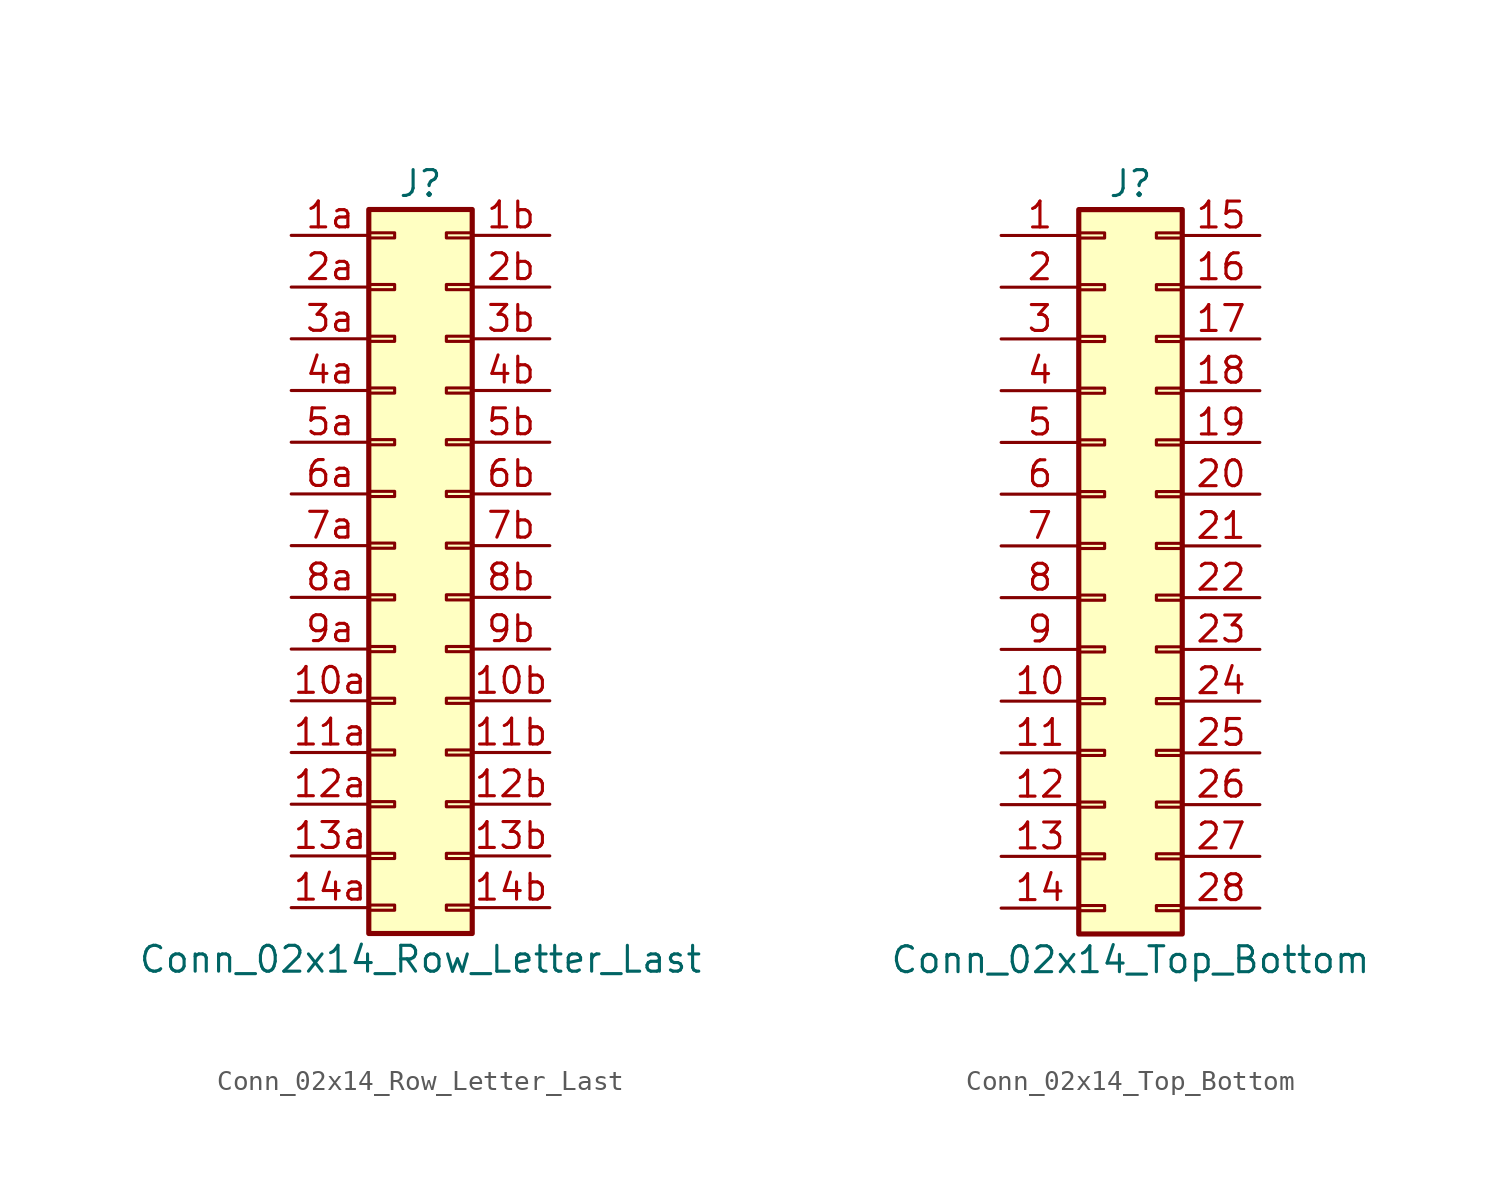
<source format=kicad_sym>
(kicad_symbol_lib
  (version 20201005)
  (generator kicad_symbol_editor)
  (symbol "Conn_02x14_Row_Letter_Last"
    (pin_names
      (offset 1.016) hide)
    (property "Reference" "J"
      (at 1.27 17.78 0)
      (effects (font (size 1.27 1.27))))
    (property "Value" "Conn_02x14_Row_Letter_Last"
      (at 1.27 -20.32 0)
      (effects (font (size 1.27 1.27))))
    (symbol "Conn_02x14_Row_Letter_Last_1_1"
      (rectangle (start -1.27 -17.653) (end 0 -17.907) (stroke (width 0.152)) (fill (type none)))
      (rectangle (start -1.27 -15.113) (end 0 -15.367) (stroke (width 0.152)) (fill (type none)))
      (rectangle (start -1.27 -12.573) (end 0 -12.827) (stroke (width 0.152)) (fill (type none)))
      (rectangle (start -1.27 -10.033) (end 0 -10.287) (stroke (width 0.152)) (fill (type none)))
      (rectangle (start -1.27 -7.493) (end 0 -7.747) (stroke (width 0.152)) (fill (type none)))
      (rectangle (start -1.27 -4.953) (end 0 -5.207) (stroke (width 0.152)) (fill (type none)))
      (rectangle (start -1.27 -2.413) (end 0 -2.667) (stroke (width 0.152)) (fill (type none)))
      (rectangle (start -1.27 0.127) (end 0 -0.127) (stroke (width 0.152)) (fill (type none)))
      (rectangle (start -1.27 2.667) (end 0 2.413) (stroke (width 0.152)) (fill (type none)))
      (rectangle (start -1.27 5.207) (end 0 4.953) (stroke (width 0.152)) (fill (type none)))
      (rectangle (start -1.27 7.747) (end 0 7.493) (stroke (width 0.152)) (fill (type none)))
      (rectangle (start -1.27 10.287) (end 0 10.033) (stroke (width 0.152)) (fill (type none)))
      (rectangle (start -1.27 12.827) (end 0 12.573) (stroke (width 0.152)) (fill (type none)))
      (rectangle (start -1.27 15.367) (end 0 15.113) (stroke (width 0.152)) (fill (type none)))
      (rectangle (start -1.27 16.51) (end 3.81 -19.05) (stroke (width 0.254)) (fill (type background)))
      (rectangle (start 3.81 -17.653) (end 2.54 -17.907) (stroke (width 0.152)) (fill (type none)))
      (rectangle (start 3.81 -15.113) (end 2.54 -15.367) (stroke (width 0.152)) (fill (type none)))
      (rectangle (start 3.81 -12.573) (end 2.54 -12.827) (stroke (width 0.152)) (fill (type none)))
      (rectangle (start 3.81 -10.033) (end 2.54 -10.287) (stroke (width 0.152)) (fill (type none)))
      (rectangle (start 3.81 -7.493) (end 2.54 -7.747) (stroke (width 0.152)) (fill (type none)))
      (rectangle (start 3.81 -4.953) (end 2.54 -5.207) (stroke (width 0.152)) (fill (type none)))
      (rectangle (start 3.81 -2.413) (end 2.54 -2.667) (stroke (width 0.152)) (fill (type none)))
      (rectangle (start 3.81 0.127) (end 2.54 -0.127) (stroke (width 0.152)) (fill (type none)))
      (rectangle (start 3.81 2.667) (end 2.54 2.413) (stroke (width 0.152)) (fill (type none)))
      (rectangle (start 3.81 5.207) (end 2.54 4.953) (stroke (width 0.152)) (fill (type none)))
      (rectangle (start 3.81 7.747) (end 2.54 7.493) (stroke (width 0.152)) (fill (type none)))
      (rectangle (start 3.81 10.287) (end 2.54 10.033) (stroke (width 0.152)) (fill (type none)))
      (rectangle (start 3.81 12.827) (end 2.54 12.573) (stroke (width 0.152)) (fill (type none)))
      (rectangle (start 3.81 15.367) (end 2.54 15.113) (stroke (width 0.152)) (fill (type none)))
      (pin passive line (at -5.08 -7.62 0) (length 3.81) (name "Pin_10a" (effects (font (size 1.27 1.27)))) (number "10a" (effects (font (size 1.27 1.27)))))
      (pin passive line (at 7.62 -7.62 180) (length 3.81) (name "Pin_10b" (effects (font (size 1.27 1.27)))) (number "10b" (effects (font (size 1.27 1.27)))))
      (pin passive line (at -5.08 -10.16 0) (length 3.81) (name "Pin_11a" (effects (font (size 1.27 1.27)))) (number "11a" (effects (font (size 1.27 1.27)))))
      (pin passive line (at 7.62 -10.16 180) (length 3.81) (name "Pin_11b" (effects (font (size 1.27 1.27)))) (number "11b" (effects (font (size 1.27 1.27)))))
      (pin passive line (at -5.08 -12.7 0) (length 3.81) (name "Pin_12a" (effects (font (size 1.27 1.27)))) (number "12a" (effects (font (size 1.27 1.27)))))
      (pin passive line (at 7.62 -12.7 180) (length 3.81) (name "Pin_12b" (effects (font (size 1.27 1.27)))) (number "12b" (effects (font (size 1.27 1.27)))))
      (pin passive line (at -5.08 -15.24 0) (length 3.81) (name "Pin_13a" (effects (font (size 1.27 1.27)))) (number "13a" (effects (font (size 1.27 1.27)))))
      (pin passive line (at 7.62 -15.24 180) (length 3.81) (name "Pin_13b" (effects (font (size 1.27 1.27)))) (number "13b" (effects (font (size 1.27 1.27)))))
      (pin passive line (at -5.08 -17.78 0) (length 3.81) (name "Pin_14a" (effects (font (size 1.27 1.27)))) (number "14a" (effects (font (size 1.27 1.27)))))
      (pin passive line (at 7.62 -17.78 180) (length 3.81) (name "Pin_14b" (effects (font (size 1.27 1.27)))) (number "14b" (effects (font (size 1.27 1.27)))))
      (pin passive line (at -5.08 15.24 0) (length 3.81) (name "Pin_1a" (effects (font (size 1.27 1.27)))) (number "1a" (effects (font (size 1.27 1.27)))))
      (pin passive line (at 7.62 15.24 180) (length 3.81) (name "Pin_1b" (effects (font (size 1.27 1.27)))) (number "1b" (effects (font (size 1.27 1.27)))))
      (pin passive line (at -5.08 12.7 0) (length 3.81) (name "Pin_2a" (effects (font (size 1.27 1.27)))) (number "2a" (effects (font (size 1.27 1.27)))))
      (pin passive line (at 7.62 12.7 180) (length 3.81) (name "Pin_2b" (effects (font (size 1.27 1.27)))) (number "2b" (effects (font (size 1.27 1.27)))))
      (pin passive line (at -5.08 10.16 0) (length 3.81) (name "Pin_3a" (effects (font (size 1.27 1.27)))) (number "3a" (effects (font (size 1.27 1.27)))))
      (pin passive line (at 7.62 10.16 180) (length 3.81) (name "Pin_3b" (effects (font (size 1.27 1.27)))) (number "3b" (effects (font (size 1.27 1.27)))))
      (pin passive line (at -5.08 7.62 0) (length 3.81) (name "Pin_4a" (effects (font (size 1.27 1.27)))) (number "4a" (effects (font (size 1.27 1.27)))))
      (pin passive line (at 7.62 7.62 180) (length 3.81) (name "Pin_4b" (effects (font (size 1.27 1.27)))) (number "4b" (effects (font (size 1.27 1.27)))))
      (pin passive line (at -5.08 5.08 0) (length 3.81) (name "Pin_5a" (effects (font (size 1.27 1.27)))) (number "5a" (effects (font (size 1.27 1.27)))))
      (pin passive line (at 7.62 5.08 180) (length 3.81) (name "Pin_5b" (effects (font (size 1.27 1.27)))) (number "5b" (effects (font (size 1.27 1.27)))))
      (pin passive line (at -5.08 2.54 0) (length 3.81) (name "Pin_6a" (effects (font (size 1.27 1.27)))) (number "6a" (effects (font (size 1.27 1.27)))))
      (pin passive line (at 7.62 2.54 180) (length 3.81) (name "Pin_6b" (effects (font (size 1.27 1.27)))) (number "6b" (effects (font (size 1.27 1.27)))))
      (pin passive line (at -5.08 0 0) (length 3.81) (name "Pin_7a" (effects (font (size 1.27 1.27)))) (number "7a" (effects (font (size 1.27 1.27)))))
      (pin passive line (at 7.62 0 180) (length 3.81) (name "Pin_7b" (effects (font (size 1.27 1.27)))) (number "7b" (effects (font (size 1.27 1.27)))))
      (pin passive line (at -5.08 -2.54 0) (length 3.81) (name "Pin_8a" (effects (font (size 1.27 1.27)))) (number "8a" (effects (font (size 1.27 1.27)))))
      (pin passive line (at 7.62 -2.54 180) (length 3.81) (name "Pin_8b" (effects (font (size 1.27 1.27)))) (number "8b" (effects (font (size 1.27 1.27)))))
      (pin passive line (at -5.08 -5.08 0) (length 3.81) (name "Pin_9a" (effects (font (size 1.27 1.27)))) (number "9a" (effects (font (size 1.27 1.27)))))
      (pin passive line (at 7.62 -5.08 180) (length 3.81) (name "Pin_9b" (effects (font (size 1.27 1.27)))) (number "9b" (effects (font (size 1.27 1.27)))))))
  (symbol "Conn_02x14_Top_Bottom"
    (pin_names
      (offset 1.016) hide)
    (property "Reference" "J"
      (at 1.27 17.78 0)
      (effects (font (size 1.27 1.27))))
    (property "Value" "Conn_02x14_Top_Bottom"
      (at 1.27 -20.32 0)
      (effects (font (size 1.27 1.27))))
    (symbol "Conn_02x14_Top_Bottom_1_1"
      (rectangle (start -1.27 -17.653) (end 0 -17.907) (stroke (width 0.152)) (fill (type none)))
      (rectangle (start -1.27 -15.113) (end 0 -15.367) (stroke (width 0.152)) (fill (type none)))
      (rectangle (start -1.27 -12.573) (end 0 -12.827) (stroke (width 0.152)) (fill (type none)))
      (rectangle (start -1.27 -10.033) (end 0 -10.287) (stroke (width 0.152)) (fill (type none)))
      (rectangle (start -1.27 -7.493) (end 0 -7.747) (stroke (width 0.152)) (fill (type none)))
      (rectangle (start -1.27 -4.953) (end 0 -5.207) (stroke (width 0.152)) (fill (type none)))
      (rectangle (start -1.27 -2.413) (end 0 -2.667) (stroke (width 0.152)) (fill (type none)))
      (rectangle (start -1.27 0.127) (end 0 -0.127) (stroke (width 0.152)) (fill (type none)))
      (rectangle (start -1.27 2.667) (end 0 2.413) (stroke (width 0.152)) (fill (type none)))
      (rectangle (start -1.27 5.207) (end 0 4.953) (stroke (width 0.152)) (fill (type none)))
      (rectangle (start -1.27 7.747) (end 0 7.493) (stroke (width 0.152)) (fill (type none)))
      (rectangle (start -1.27 10.287) (end 0 10.033) (stroke (width 0.152)) (fill (type none)))
      (rectangle (start -1.27 12.827) (end 0 12.573) (stroke (width 0.152)) (fill (type none)))
      (rectangle (start -1.27 15.367) (end 0 15.113) (stroke (width 0.152)) (fill (type none)))
      (rectangle (start -1.27 16.51) (end 3.81 -19.05) (stroke (width 0.254)) (fill (type background)))
      (rectangle (start 3.81 -17.653) (end 2.54 -17.907) (stroke (width 0.152)) (fill (type none)))
      (rectangle (start 3.81 -15.113) (end 2.54 -15.367) (stroke (width 0.152)) (fill (type none)))
      (rectangle (start 3.81 -12.573) (end 2.54 -12.827) (stroke (width 0.152)) (fill (type none)))
      (rectangle (start 3.81 -10.033) (end 2.54 -10.287) (stroke (width 0.152)) (fill (type none)))
      (rectangle (start 3.81 -7.493) (end 2.54 -7.747) (stroke (width 0.152)) (fill (type none)))
      (rectangle (start 3.81 -4.953) (end 2.54 -5.207) (stroke (width 0.152)) (fill (type none)))
      (rectangle (start 3.81 -2.413) (end 2.54 -2.667) (stroke (width 0.152)) (fill (type none)))
      (rectangle (start 3.81 0.127) (end 2.54 -0.127) (stroke (width 0.152)) (fill (type none)))
      (rectangle (start 3.81 2.667) (end 2.54 2.413) (stroke (width 0.152)) (fill (type none)))
      (rectangle (start 3.81 5.207) (end 2.54 4.953) (stroke (width 0.152)) (fill (type none)))
      (rectangle (start 3.81 7.747) (end 2.54 7.493) (stroke (width 0.152)) (fill (type none)))
      (rectangle (start 3.81 10.287) (end 2.54 10.033) (stroke (width 0.152)) (fill (type none)))
      (rectangle (start 3.81 12.827) (end 2.54 12.573) (stroke (width 0.152)) (fill (type none)))
      (rectangle (start 3.81 15.367) (end 2.54 15.113) (stroke (width 0.152)) (fill (type none)))
      (pin passive line (at -5.08 15.24 0) (length 3.81) (name "Pin_1" (effects (font (size 1.27 1.27)))) (number "1" (effects (font (size 1.27 1.27)))))
      (pin passive line (at -5.08 -7.62 0) (length 3.81) (name "Pin_10" (effects (font (size 1.27 1.27)))) (number "10" (effects (font (size 1.27 1.27)))))
      (pin passive line (at -5.08 -10.16 0) (length 3.81) (name "Pin_11" (effects (font (size 1.27 1.27)))) (number "11" (effects (font (size 1.27 1.27)))))
      (pin passive line (at -5.08 -12.7 0) (length 3.81) (name "Pin_12" (effects (font (size 1.27 1.27)))) (number "12" (effects (font (size 1.27 1.27)))))
      (pin passive line (at -5.08 -15.24 0) (length 3.81) (name "Pin_13" (effects (font (size 1.27 1.27)))) (number "13" (effects (font (size 1.27 1.27)))))
      (pin passive line (at -5.08 -17.78 0) (length 3.81) (name "Pin_14" (effects (font (size 1.27 1.27)))) (number "14" (effects (font (size 1.27 1.27)))))
      (pin passive line (at 7.62 15.24 180) (length 3.81) (name "Pin_15" (effects (font (size 1.27 1.27)))) (number "15" (effects (font (size 1.27 1.27)))))
      (pin passive line (at 7.62 12.7 180) (length 3.81) (name "Pin_16" (effects (font (size 1.27 1.27)))) (number "16" (effects (font (size 1.27 1.27)))))
      (pin passive line (at 7.62 10.16 180) (length 3.81) (name "Pin_17" (effects (font (size 1.27 1.27)))) (number "17" (effects (font (size 1.27 1.27)))))
      (pin passive line (at 7.62 7.62 180) (length 3.81) (name "Pin_18" (effects (font (size 1.27 1.27)))) (number "18" (effects (font (size 1.27 1.27)))))
      (pin passive line (at 7.62 5.08 180) (length 3.81) (name "Pin_19" (effects (font (size 1.27 1.27)))) (number "19" (effects (font (size 1.27 1.27)))))
      (pin passive line (at -5.08 12.7 0) (length 3.81) (name "Pin_2" (effects (font (size 1.27 1.27)))) (number "2" (effects (font (size 1.27 1.27)))))
      (pin passive line (at 7.62 2.54 180) (length 3.81) (name "Pin_20" (effects (font (size 1.27 1.27)))) (number "20" (effects (font (size 1.27 1.27)))))
      (pin passive line (at 7.62 0 180) (length 3.81) (name "Pin_21" (effects (font (size 1.27 1.27)))) (number "21" (effects (font (size 1.27 1.27)))))
      (pin passive line (at 7.62 -2.54 180) (length 3.81) (name "Pin_22" (effects (font (size 1.27 1.27)))) (number "22" (effects (font (size 1.27 1.27)))))
      (pin passive line (at 7.62 -5.08 180) (length 3.81) (name "Pin_23" (effects (font (size 1.27 1.27)))) (number "23" (effects (font (size 1.27 1.27)))))
      (pin passive line (at 7.62 -7.62 180) (length 3.81) (name "Pin_24" (effects (font (size 1.27 1.27)))) (number "24" (effects (font (size 1.27 1.27)))))
      (pin passive line (at 7.62 -10.16 180) (length 3.81) (name "Pin_25" (effects (font (size 1.27 1.27)))) (number "25" (effects (font (size 1.27 1.27)))))
      (pin passive line (at 7.62 -12.7 180) (length 3.81) (name "Pin_26" (effects (font (size 1.27 1.27)))) (number "26" (effects (font (size 1.27 1.27)))))
      (pin passive line (at 7.62 -15.24 180) (length 3.81) (name "Pin_27" (effects (font (size 1.27 1.27)))) (number "27" (effects (font (size 1.27 1.27)))))
      (pin passive line (at 7.62 -17.78 180) (length 3.81) (name "Pin_28" (effects (font (size 1.27 1.27)))) (number "28" (effects (font (size 1.27 1.27)))))
      (pin passive line (at -5.08 10.16 0) (length 3.81) (name "Pin_3" (effects (font (size 1.27 1.27)))) (number "3" (effects (font (size 1.27 1.27)))))
      (pin passive line (at -5.08 7.62 0) (length 3.81) (name "Pin_4" (effects (font (size 1.27 1.27)))) (number "4" (effects (font (size 1.27 1.27)))))
      (pin passive line (at -5.08 5.08 0) (length 3.81) (name "Pin_5" (effects (font (size 1.27 1.27)))) (number "5" (effects (font (size 1.27 1.27)))))
      (pin passive line (at -5.08 2.54 0) (length 3.81) (name "Pin_6" (effects (font (size 1.27 1.27)))) (number "6" (effects (font (size 1.27 1.27)))))
      (pin passive line (at -5.08 0 0) (length 3.81) (name "Pin_7" (effects (font (size 1.27 1.27)))) (number "7" (effects (font (size 1.27 1.27)))))
      (pin passive line (at -5.08 -2.54 0) (length 3.81) (name "Pin_8" (effects (font (size 1.27 1.27)))) (number "8" (effects (font (size 1.27 1.27)))))
      (pin passive line (at -5.08 -5.08 0) (length 3.81) (name "Pin_9" (effects (font (size 1.27 1.27)))) (number "9" (effects (font (size 1.27 1.27))))))))
</source>
